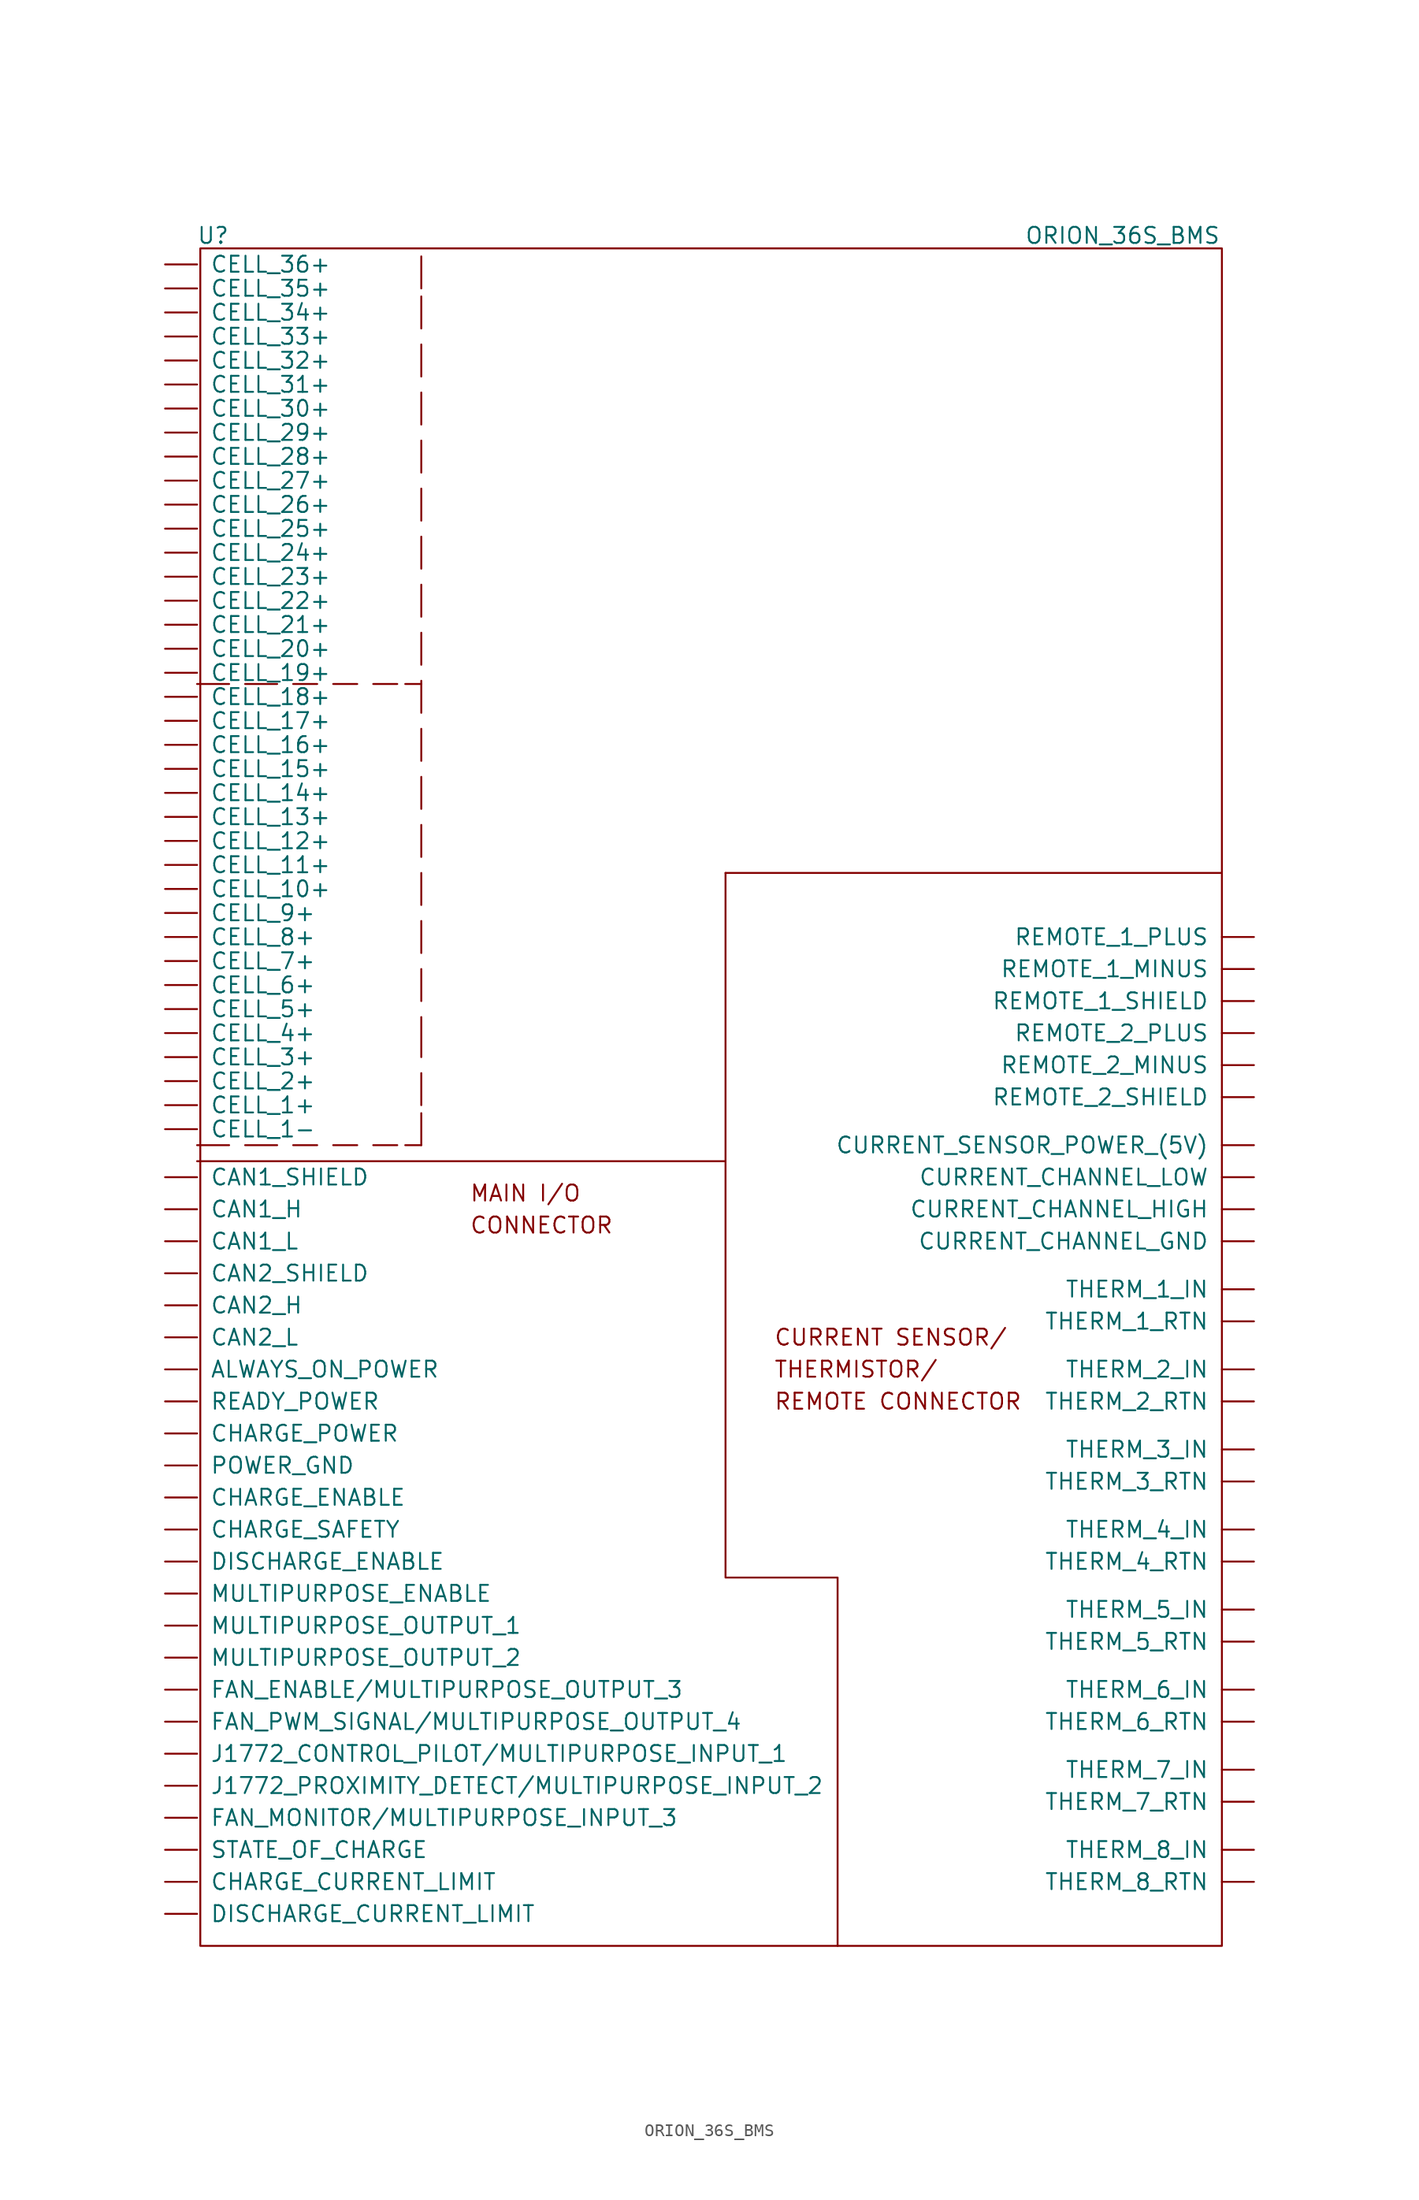
<source format=kicad_sym>
(kicad_symbol_lib
  (version 20211014)
  (generator kicad_symbol_editor)
  (symbol "ORION_36S_BMS"
    (pin_names
      (offset 1.016))
    (property "Reference" "U"
      (at 3.81 135.636 0)
      (effects (font (size 1.27 1.27))))
    (property "Value" "ORION_36S_BMS"
      (at 75.946 135.636 0)
      (effects (font (size 1.27 1.27))))
    (symbol "ORION_36S_BMS_0_0"
      (polyline (pts (xy 44.45 85.09) (xy 83.82 85.09)) (stroke (width 0) (type default) (color 0 0 0 0)) (fill (type none)))
      (polyline (pts (xy 44.45 62.23) (xy 44.45 85.09) (xy 44.45 83.82)) (stroke (width 0) (type default) (color 0 0 0 0)) (fill (type none)))
      (polyline (pts (xy 53.34 0) (xy 53.34 29.21) (xy 44.45 29.21) (xy 44.45 62.23) (xy 2.54 62.23) (xy 8.89 62.23)) (stroke (width 0) (type default) (color 0 0 0 0)) (fill (type none)))
      (rectangle (start 2.794 134.62) (end 83.82 0) (stroke (width 0) (type default) (color 0 0 0 0)) (fill (type none)))
      (text "CONNECTOR" (at 24.13 57.15 0) (effects (font (size 1.27 1.27)) (justify left)))
      (text "CURRENT SENSOR/" (at 48.26 48.26 0) (effects (font (size 1.27 1.27)) (justify left)))
      (text "MAIN I/O" (at 24.13 59.69 0) (effects (font (size 1.27 1.27)) (justify left)))
      (text "REMOTE CONNECTOR" (at 48.26 43.18 0) (effects (font (size 1.27 1.27)) (justify left)))
      (text "THERMISTOR/" (at 48.26 45.72 0) (effects (font (size 1.27 1.27)) (justify left))))
    (symbol "ORION_36S_BMS_1_1"
      (polyline (pts (xy 2.54 63.5) (xy 5.08 63.5)) (stroke (width 0) (type default) (color 0 0 0 0)) (fill (type none)))
      (polyline (pts (xy 2.54 100.076) (xy 5.08 100.076)) (stroke (width 0) (type default) (color 0 0 0 0)) (fill (type none)))
      (polyline (pts (xy 6.35 63.5) (xy 8.89 63.5)) (stroke (width 0) (type default) (color 0 0 0 0)) (fill (type none)))
      (polyline (pts (xy 6.35 100.076) (xy 8.89 100.076)) (stroke (width 0) (type default) (color 0 0 0 0)) (fill (type none)))
      (polyline (pts (xy 10.16 63.5) (xy 12.065 63.5)) (stroke (width 0) (type default) (color 0 0 0 0)) (fill (type none)))
      (polyline (pts (xy 10.16 100.076) (xy 12.065 100.076)) (stroke (width 0) (type default) (color 0 0 0 0)) (fill (type none)))
      (polyline (pts (xy 13.335 63.5) (xy 15.24 63.5)) (stroke (width 0) (type default) (color 0 0 0 0)) (fill (type none)))
      (polyline (pts (xy 13.335 100.076) (xy 15.24 100.076)) (stroke (width 0) (type default) (color 0 0 0 0)) (fill (type none)))
      (polyline (pts (xy 16.51 63.5) (xy 18.415 63.5)) (stroke (width 0) (type default) (color 0 0 0 0)) (fill (type none)))
      (polyline (pts (xy 16.51 100.076) (xy 18.415 100.076)) (stroke (width 0) (type default) (color 0 0 0 0)) (fill (type none)))
      (polyline (pts (xy 19.05 63.5) (xy 20.32 63.5)) (stroke (width 0) (type default) (color 0 0 0 0)) (fill (type none)))
      (polyline (pts (xy 19.05 100.076) (xy 20.32 100.076)) (stroke (width 0) (type default) (color 0 0 0 0)) (fill (type none)))
      (polyline (pts (xy 20.32 66.04) (xy 20.32 63.5)) (stroke (width 0) (type default) (color 0 0 0 0)) (fill (type none)))
      (polyline (pts (xy 20.32 69.215) (xy 20.32 66.675)) (stroke (width 0) (type default) (color 0 0 0 0)) (fill (type none)))
      (polyline (pts (xy 20.32 73.66) (xy 20.32 70.485)) (stroke (width 0) (type default) (color 0 0 0 0)) (fill (type none)))
      (polyline (pts (xy 20.32 77.47) (xy 20.32 74.93)) (stroke (width 0) (type default) (color 0 0 0 0)) (fill (type none)))
      (polyline (pts (xy 20.32 81.28) (xy 20.32 78.74)) (stroke (width 0) (type default) (color 0 0 0 0)) (fill (type none)))
      (polyline (pts (xy 20.32 85.09) (xy 20.32 82.55)) (stroke (width 0) (type default) (color 0 0 0 0)) (fill (type none)))
      (polyline (pts (xy 20.32 88.9) (xy 20.32 86.36)) (stroke (width 0) (type default) (color 0 0 0 0)) (fill (type none)))
      (polyline (pts (xy 20.32 92.71) (xy 20.32 90.17)) (stroke (width 0) (type default) (color 0 0 0 0)) (fill (type none)))
      (polyline (pts (xy 20.32 96.52) (xy 20.32 93.98)) (stroke (width 0) (type default) (color 0 0 0 0)) (fill (type none)))
      (polyline (pts (xy 20.32 100.33) (xy 20.32 97.79)) (stroke (width 0) (type default) (color 0 0 0 0)) (fill (type none)))
      (polyline (pts (xy 20.32 104.14) (xy 20.32 101.6)) (stroke (width 0) (type default) (color 0 0 0 0)) (fill (type none)))
      (polyline (pts (xy 20.32 107.95) (xy 20.32 105.41)) (stroke (width 0) (type default) (color 0 0 0 0)) (fill (type none)))
      (polyline (pts (xy 20.32 111.76) (xy 20.32 109.22)) (stroke (width 0) (type default) (color 0 0 0 0)) (fill (type none)))
      (polyline (pts (xy 20.32 115.57) (xy 20.32 113.03)) (stroke (width 0) (type default) (color 0 0 0 0)) (fill (type none)))
      (polyline (pts (xy 20.32 119.38) (xy 20.32 116.84)) (stroke (width 0) (type default) (color 0 0 0 0)) (fill (type none)))
      (polyline (pts (xy 20.32 123.19) (xy 20.32 120.65)) (stroke (width 0) (type default) (color 0 0 0 0)) (fill (type none)))
      (polyline (pts (xy 20.32 127) (xy 20.32 124.46)) (stroke (width 0) (type default) (color 0 0 0 0)) (fill (type none)))
      (polyline (pts (xy 20.32 130.81) (xy 20.32 128.27)) (stroke (width 0) (type default) (color 0 0 0 0)) (fill (type none)))
      (polyline (pts (xy 20.32 133.985) (xy 20.32 131.445)) (stroke (width 0) (type default) (color 0 0 0 0)) (fill (type none)))
      (pin power_in line (at 0 45.72 0) (length 2.54) (name "ALWAYS_ON_POWER" (effects (font (size 1.27 1.27)))) (number "~" (effects (font (size 1.27 1.27)))))
      (pin bidirectional line (at 0 58.42 0) (length 2.54) (name "CAN1_H" (effects (font (size 1.27 1.27)))) (number "~" (effects (font (size 1.27 1.27)))))
      (pin bidirectional line (at 0 55.88 0) (length 2.54) (name "CAN1_L" (effects (font (size 1.27 1.27)))) (number "~" (effects (font (size 1.27 1.27)))))
      (pin passive line (at 0 60.96 0) (length 2.54) (name "CAN1_SHIELD" (effects (font (size 1.27 1.27)))) (number "~" (effects (font (size 1.27 1.27)))))
      (pin bidirectional line (at 0 50.8 0) (length 2.54) (name "CAN2_H" (effects (font (size 1.27 1.27)))) (number "~" (effects (font (size 1.27 1.27)))))
      (pin bidirectional line (at 0 48.26 0) (length 2.54) (name "CAN2_L" (effects (font (size 1.27 1.27)))) (number "~" (effects (font (size 1.27 1.27)))))
      (pin passive line (at 0 53.34 0) (length 2.54) (name "CAN2_SHIELD" (effects (font (size 1.27 1.27)))) (number "~" (effects (font (size 1.27 1.27)))))
      (pin input line (at 0 66.675 0) (length 2.54) (name "CELL_1+" (effects (font (size 1.27 1.27)))) (number "~" (effects (font (size 1.27 1.27)))))
      (pin input line (at 0 64.77 0) (length 2.54) (name "CELL_1-" (effects (font (size 1.27 1.27)))) (number "~" (effects (font (size 1.27 1.27)))))
      (pin input line (at 0 83.82 0) (length 2.54) (name "CELL_10+" (effects (font (size 1.27 1.27)))) (number "~" (effects (font (size 1.27 1.27)))))
      (pin input line (at 0 85.725 0) (length 2.54) (name "CELL_11+" (effects (font (size 1.27 1.27)))) (number "~" (effects (font (size 1.27 1.27)))))
      (pin input line (at 0 87.63 0) (length 2.54) (name "CELL_12+" (effects (font (size 1.27 1.27)))) (number "~" (effects (font (size 1.27 1.27)))))
      (pin input line (at 0 89.535 0) (length 2.54) (name "CELL_13+" (effects (font (size 1.27 1.27)))) (number "~" (effects (font (size 1.27 1.27)))))
      (pin input line (at 0 91.44 0) (length 2.54) (name "CELL_14+" (effects (font (size 1.27 1.27)))) (number "~" (effects (font (size 1.27 1.27)))))
      (pin input line (at 0 93.345 0) (length 2.54) (name "CELL_15+" (effects (font (size 1.27 1.27)))) (number "~" (effects (font (size 1.27 1.27)))))
      (pin input line (at 0 95.25 0) (length 2.54) (name "CELL_16+" (effects (font (size 1.27 1.27)))) (number "~" (effects (font (size 1.27 1.27)))))
      (pin input line (at 0 97.155 0) (length 2.54) (name "CELL_17+" (effects (font (size 1.27 1.27)))) (number "~" (effects (font (size 1.27 1.27)))))
      (pin input line (at 0 99.06 0) (length 2.54) (name "CELL_18+" (effects (font (size 1.27 1.27)))) (number "~" (effects (font (size 1.27 1.27)))))
      (pin input line (at 0 100.965 0) (length 2.54) (name "CELL_19+" (effects (font (size 1.27 1.27)))) (number "~" (effects (font (size 1.27 1.27)))))
      (pin input line (at 0 68.58 0) (length 2.54) (name "CELL_2+" (effects (font (size 1.27 1.27)))) (number "~" (effects (font (size 1.27 1.27)))))
      (pin input line (at 0 102.87 0) (length 2.54) (name "CELL_20+" (effects (font (size 1.27 1.27)))) (number "~" (effects (font (size 1.27 1.27)))))
      (pin input line (at 0 104.775 0) (length 2.54) (name "CELL_21+" (effects (font (size 1.27 1.27)))) (number "~" (effects (font (size 1.27 1.27)))))
      (pin input line (at 0 106.68 0) (length 2.54) (name "CELL_22+" (effects (font (size 1.27 1.27)))) (number "~" (effects (font (size 1.27 1.27)))))
      (pin input line (at 0 108.585 0) (length 2.54) (name "CELL_23+" (effects (font (size 1.27 1.27)))) (number "~" (effects (font (size 1.27 1.27)))))
      (pin input line (at 0 110.49 0) (length 2.54) (name "CELL_24+" (effects (font (size 1.27 1.27)))) (number "~" (effects (font (size 1.27 1.27)))))
      (pin input line (at 0 112.395 0) (length 2.54) (name "CELL_25+" (effects (font (size 1.27 1.27)))) (number "~" (effects (font (size 1.27 1.27)))))
      (pin input line (at 0 114.3 0) (length 2.54) (name "CELL_26+" (effects (font (size 1.27 1.27)))) (number "~" (effects (font (size 1.27 1.27)))))
      (pin input line (at 0 116.205 0) (length 2.54) (name "CELL_27+" (effects (font (size 1.27 1.27)))) (number "~" (effects (font (size 1.27 1.27)))))
      (pin input line (at 0 118.11 0) (length 2.54) (name "CELL_28+" (effects (font (size 1.27 1.27)))) (number "~" (effects (font (size 1.27 1.27)))))
      (pin input line (at 0 120.015 0) (length 2.54) (name "CELL_29+" (effects (font (size 1.27 1.27)))) (number "~" (effects (font (size 1.27 1.27)))))
      (pin input line (at 0 70.485 0) (length 2.54) (name "CELL_3+" (effects (font (size 1.27 1.27)))) (number "~" (effects (font (size 1.27 1.27)))))
      (pin input line (at 0 121.92 0) (length 2.54) (name "CELL_30+" (effects (font (size 1.27 1.27)))) (number "~" (effects (font (size 1.27 1.27)))))
      (pin input line (at 0 123.825 0) (length 2.54) (name "CELL_31+" (effects (font (size 1.27 1.27)))) (number "~" (effects (font (size 1.27 1.27)))))
      (pin input line (at 0 125.73 0) (length 2.54) (name "CELL_32+" (effects (font (size 1.27 1.27)))) (number "~" (effects (font (size 1.27 1.27)))))
      (pin input line (at 0 127.635 0) (length 2.54) (name "CELL_33+" (effects (font (size 1.27 1.27)))) (number "~" (effects (font (size 1.27 1.27)))))
      (pin input line (at 0 129.54 0) (length 2.54) (name "CELL_34+" (effects (font (size 1.27 1.27)))) (number "~" (effects (font (size 1.27 1.27)))))
      (pin input line (at 0 131.445 0) (length 2.54) (name "CELL_35+" (effects (font (size 1.27 1.27)))) (number "~" (effects (font (size 1.27 1.27)))))
      (pin input line (at 0 133.35 0) (length 2.54) (name "CELL_36+" (effects (font (size 1.27 1.27)))) (number "~" (effects (font (size 1.27 1.27)))))
      (pin input line (at 0 72.39 0) (length 2.54) (name "CELL_4+" (effects (font (size 1.27 1.27)))) (number "~" (effects (font (size 1.27 1.27)))))
      (pin input line (at 0 74.295 0) (length 2.54) (name "CELL_5+" (effects (font (size 1.27 1.27)))) (number "~" (effects (font (size 1.27 1.27)))))
      (pin input line (at 0 76.2 0) (length 2.54) (name "CELL_6+" (effects (font (size 1.27 1.27)))) (number "~" (effects (font (size 1.27 1.27)))))
      (pin input line (at 0 78.105 0) (length 2.54) (name "CELL_7+" (effects (font (size 1.27 1.27)))) (number "~" (effects (font (size 1.27 1.27)))))
      (pin input line (at 0 80.01 0) (length 2.54) (name "CELL_8+" (effects (font (size 1.27 1.27)))) (number "~" (effects (font (size 1.27 1.27)))))
      (pin input line (at 0 81.915 0) (length 2.54) (name "CELL_9+" (effects (font (size 1.27 1.27)))) (number "~" (effects (font (size 1.27 1.27)))))
      (pin output line (at 0 5.08 0) (length 2.54) (name "CHARGE_CURRENT_LIMIT" (effects (font (size 1.27 1.27)))) (number "~" (effects (font (size 1.27 1.27)))))
      (pin open_collector line (at 0 35.56 0) (length 2.54) (name "CHARGE_ENABLE" (effects (font (size 1.27 1.27)))) (number "~" (effects (font (size 1.27 1.27)))))
      (pin power_in line (at 0 40.64 0) (length 2.54) (name "CHARGE_POWER" (effects (font (size 1.27 1.27)))) (number "~" (effects (font (size 1.27 1.27)))))
      (pin open_collector line (at 0 33.02 0) (length 2.54) (name "CHARGE_SAFETY" (effects (font (size 1.27 1.27)))) (number "~" (effects (font (size 1.27 1.27)))))
      (pin input line (at 86.36 55.88 180) (length 2.54) (name "CURRENT_CHANNEL_GND" (effects (font (size 1.27 1.27)))) (number "~" (effects (font (size 1.27 1.27)))))
      (pin input line (at 86.36 58.42 180) (length 2.54) (name "CURRENT_CHANNEL_HIGH" (effects (font (size 1.27 1.27)))) (number "~" (effects (font (size 1.27 1.27)))))
      (pin input line (at 86.36 60.96 180) (length 2.54) (name "CURRENT_CHANNEL_LOW" (effects (font (size 1.27 1.27)))) (number "~" (effects (font (size 1.27 1.27)))))
      (pin output line (at 86.36 63.5 180) (length 2.54) (name "CURRENT_SENSOR_POWER_(5V)" (effects (font (size 1.27 1.27)))) (number "~" (effects (font (size 1.27 1.27)))))
      (pin output line (at 0 2.54 0) (length 2.54) (name "DISCHARGE_CURRENT_LIMIT" (effects (font (size 1.27 1.27)))) (number "~" (effects (font (size 1.27 1.27)))))
      (pin open_collector line (at 0 30.48 0) (length 2.54) (name "DISCHARGE_ENABLE" (effects (font (size 1.27 1.27)))) (number "~" (effects (font (size 1.27 1.27)))))
      (pin output line (at 0 20.32 0) (length 2.54) (name "FAN_ENABLE/MULTIPURPOSE_OUTPUT_3" (effects (font (size 1.27 1.27)))) (number "~" (effects (font (size 1.27 1.27)))))
      (pin input line (at 0 10.16 0) (length 2.54) (name "FAN_MONITOR/MULTIPURPOSE_INPUT_3" (effects (font (size 1.27 1.27)))) (number "~" (effects (font (size 1.27 1.27)))))
      (pin output line (at 0 17.78 0) (length 2.54) (name "FAN_PWM_SIGNAL/MULTIPURPOSE_OUTPUT_4" (effects (font (size 1.27 1.27)))) (number "~" (effects (font (size 1.27 1.27)))))
      (pin input line (at 0 15.24 0) (length 2.54) (name "J1772_CONTROL_PILOT/MULTIPURPOSE_INPUT_1" (effects (font (size 1.27 1.27)))) (number "~" (effects (font (size 1.27 1.27)))))
      (pin input line (at 0 12.7 0) (length 2.54) (name "J1772_PROXIMITY_DETECT/MULTIPURPOSE_INPUT_2" (effects (font (size 1.27 1.27)))) (number "~" (effects (font (size 1.27 1.27)))))
      (pin open_collector line (at 0 27.94 0) (length 2.54) (name "MULTIPURPOSE_ENABLE" (effects (font (size 1.27 1.27)))) (number "~" (effects (font (size 1.27 1.27)))))
      (pin output line (at 0 25.4 0) (length 2.54) (name "MULTIPURPOSE_OUTPUT_1" (effects (font (size 1.27 1.27)))) (number "~" (effects (font (size 1.27 1.27)))))
      (pin output line (at 0 22.86 0) (length 2.54) (name "MULTIPURPOSE_OUTPUT_2" (effects (font (size 1.27 1.27)))) (number "~" (effects (font (size 1.27 1.27)))))
      (pin power_in line (at 0 38.1 0) (length 2.54) (name "POWER_GND" (effects (font (size 1.27 1.27)))) (number "~" (effects (font (size 1.27 1.27)))))
      (pin power_in line (at 0 43.18 0) (length 2.54) (name "READY_POWER" (effects (font (size 1.27 1.27)))) (number "~" (effects (font (size 1.27 1.27)))))
      (pin output line (at 86.36 77.47 180) (length 2.54) (name "REMOTE_1_MINUS" (effects (font (size 1.27 1.27)))) (number "~" (effects (font (size 1.27 1.27)))))
      (pin output line (at 86.36 80.01 180) (length 2.54) (name "REMOTE_1_PLUS" (effects (font (size 1.27 1.27)))) (number "~" (effects (font (size 1.27 1.27)))))
      (pin output line (at 86.36 74.93 180) (length 2.54) (name "REMOTE_1_SHIELD" (effects (font (size 1.27 1.27)))) (number "~" (effects (font (size 1.27 1.27)))))
      (pin output line (at 86.36 69.85 180) (length 2.54) (name "REMOTE_2_MINUS" (effects (font (size 1.27 1.27)))) (number "~" (effects (font (size 1.27 1.27)))))
      (pin output line (at 86.36 72.39 180) (length 2.54) (name "REMOTE_2_PLUS" (effects (font (size 1.27 1.27)))) (number "~" (effects (font (size 1.27 1.27)))))
      (pin output line (at 86.36 67.31 180) (length 2.54) (name "REMOTE_2_SHIELD" (effects (font (size 1.27 1.27)))) (number "~" (effects (font (size 1.27 1.27)))))
      (pin output line (at 0 7.62 0) (length 2.54) (name "STATE_OF_CHARGE" (effects (font (size 1.27 1.27)))) (number "~" (effects (font (size 1.27 1.27)))))
      (pin input line (at 86.36 52.07 180) (length 2.54) (name "THERM_1_IN" (effects (font (size 1.27 1.27)))) (number "~" (effects (font (size 1.27 1.27)))))
      (pin input line (at 86.36 49.53 180) (length 2.54) (name "THERM_1_RTN" (effects (font (size 1.27 1.27)))) (number "~" (effects (font (size 1.27 1.27)))))
      (pin input line (at 86.36 45.72 180) (length 2.54) (name "THERM_2_IN" (effects (font (size 1.27 1.27)))) (number "~" (effects (font (size 1.27 1.27)))))
      (pin input line (at 86.36 43.18 180) (length 2.54) (name "THERM_2_RTN" (effects (font (size 1.27 1.27)))) (number "~" (effects (font (size 1.27 1.27)))))
      (pin input line (at 86.36 39.37 180) (length 2.54) (name "THERM_3_IN" (effects (font (size 1.27 1.27)))) (number "~" (effects (font (size 1.27 1.27)))))
      (pin input line (at 86.36 36.83 180) (length 2.54) (name "THERM_3_RTN" (effects (font (size 1.27 1.27)))) (number "~" (effects (font (size 1.27 1.27)))))
      (pin input line (at 86.36 33.02 180) (length 2.54) (name "THERM_4_IN" (effects (font (size 1.27 1.27)))) (number "~" (effects (font (size 1.27 1.27)))))
      (pin input line (at 86.36 30.48 180) (length 2.54) (name "THERM_4_RTN" (effects (font (size 1.27 1.27)))) (number "~" (effects (font (size 1.27 1.27)))))
      (pin input line (at 86.36 26.67 180) (length 2.54) (name "THERM_5_IN" (effects (font (size 1.27 1.27)))) (number "~" (effects (font (size 1.27 1.27)))))
      (pin input line (at 86.36 24.13 180) (length 2.54) (name "THERM_5_RTN" (effects (font (size 1.27 1.27)))) (number "~" (effects (font (size 1.27 1.27)))))
      (pin input line (at 86.36 20.32 180) (length 2.54) (name "THERM_6_IN" (effects (font (size 1.27 1.27)))) (number "~" (effects (font (size 1.27 1.27)))))
      (pin input line (at 86.36 17.78 180) (length 2.54) (name "THERM_6_RTN" (effects (font (size 1.27 1.27)))) (number "~" (effects (font (size 1.27 1.27)))))
      (pin input line (at 86.36 13.97 180) (length 2.54) (name "THERM_7_IN" (effects (font (size 1.27 1.27)))) (number "~" (effects (font (size 1.27 1.27)))))
      (pin input line (at 86.36 11.43 180) (length 2.54) (name "THERM_7_RTN" (effects (font (size 1.27 1.27)))) (number "~" (effects (font (size 1.27 1.27)))))
      (pin input line (at 86.36 7.62 180) (length 2.54) (name "THERM_8_IN" (effects (font (size 1.27 1.27)))) (number "~" (effects (font (size 1.27 1.27)))))
      (pin input line (at 86.36 5.08 180) (length 2.54) (name "THERM_8_RTN" (effects (font (size 1.27 1.27)))) (number "~" (effects (font (size 1.27 1.27))))))))
</source>
